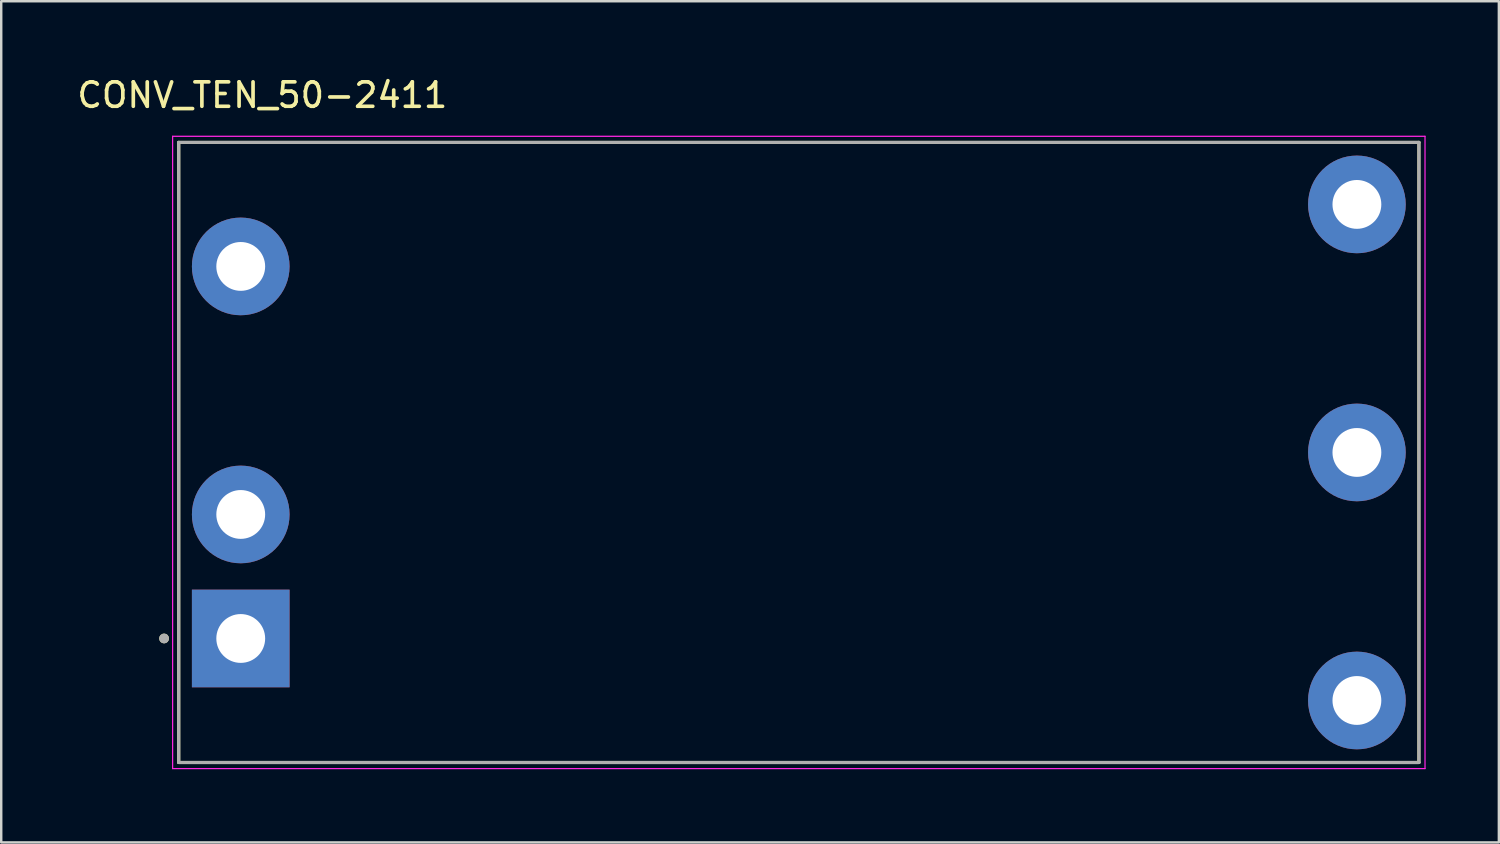
<source format=kicad_pcb>
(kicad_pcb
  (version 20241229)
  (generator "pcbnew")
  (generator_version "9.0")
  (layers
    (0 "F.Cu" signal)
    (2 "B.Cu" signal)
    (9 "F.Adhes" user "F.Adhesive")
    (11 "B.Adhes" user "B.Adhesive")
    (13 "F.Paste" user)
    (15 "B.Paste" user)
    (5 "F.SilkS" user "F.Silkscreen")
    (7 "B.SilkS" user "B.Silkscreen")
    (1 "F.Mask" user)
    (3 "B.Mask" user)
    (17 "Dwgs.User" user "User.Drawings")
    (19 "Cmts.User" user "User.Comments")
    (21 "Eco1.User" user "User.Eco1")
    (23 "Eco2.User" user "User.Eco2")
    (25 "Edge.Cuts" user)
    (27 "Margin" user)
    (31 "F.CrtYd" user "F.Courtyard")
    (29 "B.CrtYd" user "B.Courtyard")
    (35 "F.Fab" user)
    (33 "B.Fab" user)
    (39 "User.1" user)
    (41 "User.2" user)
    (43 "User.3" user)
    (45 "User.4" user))
  (footprint "CONV_TEN_50-2411"
    (layer "F.Cu")
    (at 29.671 15.483)
    (property "Reference" "CONV_TEN_50-2411" (at -21.975 -14.635 0) (layer "F.SilkS") (effects (font (size 1 1) (thickness 0.15))))
    (attr through_hole)
    (fp_line (start -25.4 -12.7) (end 25.4 -12.7) (stroke (width 0.127) (type solid)) (layer "F.SilkS"))
    (fp_line (start -25.4 12.7) (end -25.4 -12.7) (stroke (width 0.127) (type solid)) (layer "F.SilkS"))
    (fp_line (start 25.4 -12.7) (end 25.4 12.7) (stroke (width 0.127) (type solid)) (layer "F.SilkS"))
    (fp_line (start 25.4 12.7) (end -25.4 12.7) (stroke (width 0.127) (type solid)) (layer "F.SilkS"))
    (fp_circle (center -26 7.62) (end -25.9 7.62) (stroke (width 0.2) (type solid)) (fill no) (layer "F.SilkS"))
    (fp_line (start -25.65 -12.95) (end -25.65 12.95) (stroke (width 0.05) (type solid)) (layer "F.CrtYd"))
    (fp_line (start -25.65 -12.95) (end 25.65 -12.95) (stroke (width 0.05) (type solid)) (layer "F.CrtYd"))
    (fp_line (start -25.65 12.95) (end 25.65 12.95) (stroke (width 0.05) (type solid)) (layer "F.CrtYd"))
    (fp_line (start 25.65 -12.95) (end 25.65 12.95) (stroke (width 0.05) (type solid)) (layer "F.CrtYd"))
    (fp_line (start -25.4 -12.7) (end 25.4 -12.7) (stroke (width 0.127) (type solid)) (layer "F.Fab"))
    (fp_line (start -25.4 12.7) (end -25.4 -12.7) (stroke (width 0.127) (type solid)) (layer "F.Fab"))
    (fp_line (start 25.4 -12.7) (end 25.4 12.7) (stroke (width 0.127) (type solid)) (layer "F.Fab"))
    (fp_line (start 25.4 12.7) (end -25.4 12.7) (stroke (width 0.127) (type solid)) (layer "F.Fab"))
    (fp_circle (center -26 7.62) (end -25.9 7.62) (stroke (width 0.2) (type solid)) (fill no) (layer "F.Fab"))
    (pad "1" thru_hole rect (at -22.86 7.62) (size 4 4) (drill 2) (layers "*.Cu" "*.Mask"))
    (pad "2" thru_hole circle (at -22.86 2.54) (size 4 4) (drill 2) (layers "*.Cu" "*.Mask"))
    (pad "3" thru_hole circle (at -22.86 -7.62) (size 4 4) (drill 2) (layers "*.Cu" "*.Mask"))
    (pad "4" thru_hole circle (at 22.86 10.16) (size 4 4) (drill 2) (layers "*.Cu" "*.Mask"))
    (pad "5" thru_hole circle (at 22.86 0) (size 4 4) (drill 2) (layers "*.Cu" "*.Mask"))
    (pad "6" thru_hole circle (at 22.86 -10.16) (size 4 4) (drill 2) (layers "*.Cu" "*.Mask")))
  (gr_rect
    (start -3 -3)
    (end 58.346 31.458)
    (stroke (width 0.1) (type default))
    (fill no)
    (layer "Edge.Cuts")))
</source>
